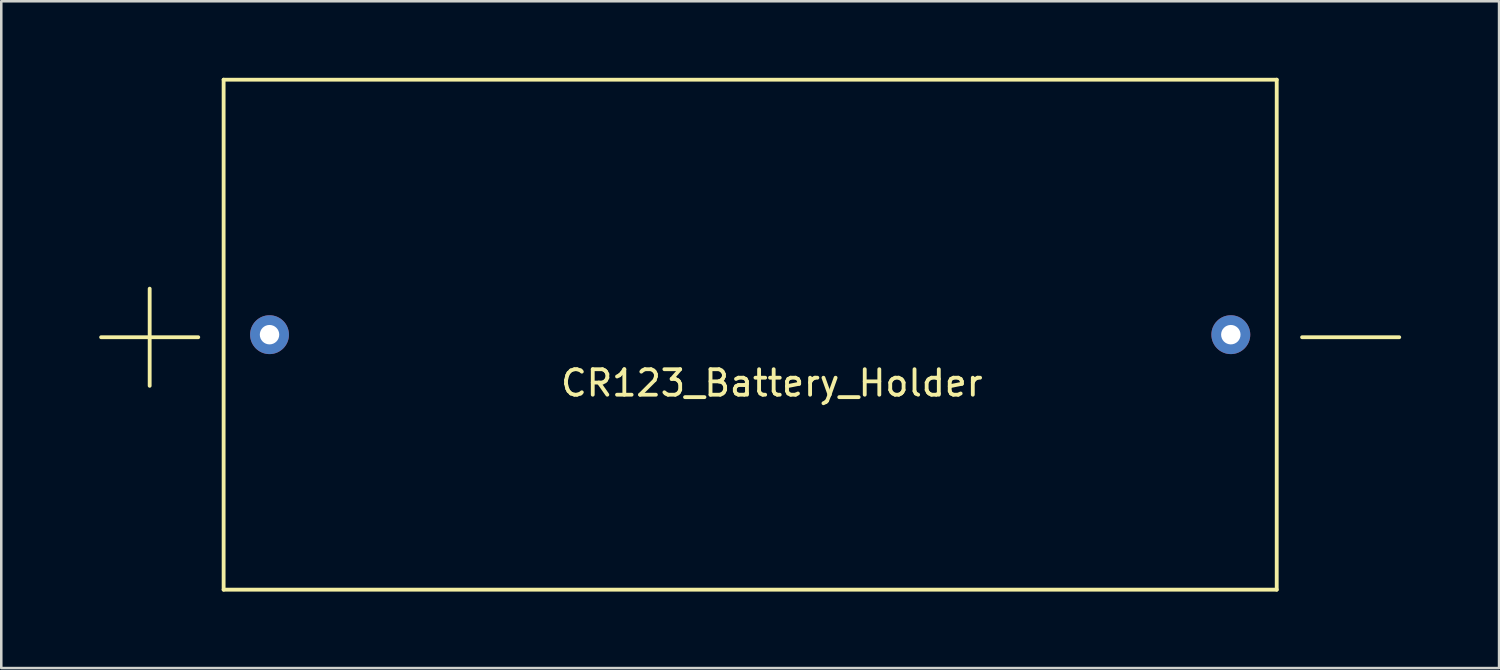
<source format=kicad_pcb>
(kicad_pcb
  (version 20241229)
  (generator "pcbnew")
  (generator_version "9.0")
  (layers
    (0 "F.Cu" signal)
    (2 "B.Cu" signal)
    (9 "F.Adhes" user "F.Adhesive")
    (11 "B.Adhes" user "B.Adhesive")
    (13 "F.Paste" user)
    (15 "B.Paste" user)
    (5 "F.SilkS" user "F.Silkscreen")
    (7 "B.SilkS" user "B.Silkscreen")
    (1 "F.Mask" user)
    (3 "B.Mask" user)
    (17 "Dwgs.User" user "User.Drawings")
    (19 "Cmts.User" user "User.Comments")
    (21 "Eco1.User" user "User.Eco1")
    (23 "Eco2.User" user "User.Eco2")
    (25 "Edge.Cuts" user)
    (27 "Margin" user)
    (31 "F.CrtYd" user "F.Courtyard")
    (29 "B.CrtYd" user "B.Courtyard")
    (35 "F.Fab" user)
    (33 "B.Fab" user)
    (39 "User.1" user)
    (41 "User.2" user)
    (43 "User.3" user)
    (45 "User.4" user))
  (footprint "CR123_Battery_Holder"
    (layer "F.Cu")
    (at 5.72 10.075)
    (property "Reference" "CR123_Battery_Holder" (at 21.5 1.9 0) (layer "F.SilkS") (effects (font (size 1 1) (thickness 0.15))))
    (attr through_hole)
    (fp_line (start 0 -10) (end 41.3 -10) (stroke (width 0.15) (type solid)) (layer "F.SilkS"))
    (fp_line (start 0 10) (end 0 -10) (stroke (width 0.15) (type solid)) (layer "F.SilkS"))
    (fp_line (start 41.3 -10) (end 41.3 10) (stroke (width 0.15) (type solid)) (layer "F.SilkS"))
    (fp_line (start 41.3 10) (end 0 10) (stroke (width 0.15) (type solid)) (layer "F.SilkS"))
    (fp_text user "-" (at 44.2 -0.3 0) (layer "F.SilkS") (effects (font (size 5 5) (thickness 0.15))))
    (fp_text user "+" (at -2.9 -0.3 0) (layer "F.SilkS") (effects (font (size 5 5) (thickness 0.15))))
    (pad "1" thru_hole circle (at 1.8 0) (size 1.524 1.524) (drill 0.762) (layers "*.Cu" "*.Mask"))
    (pad "2" thru_hole circle (at 39.5 0) (size 1.524 1.524) (drill 0.762) (layers "*.Cu" "*.Mask")))
  (gr_rect
    (start -3 -3)
    (end 55.74 23.15)
    (stroke (width 0.1) (type default))
    (fill no)
    (layer "Edge.Cuts")))
</source>
